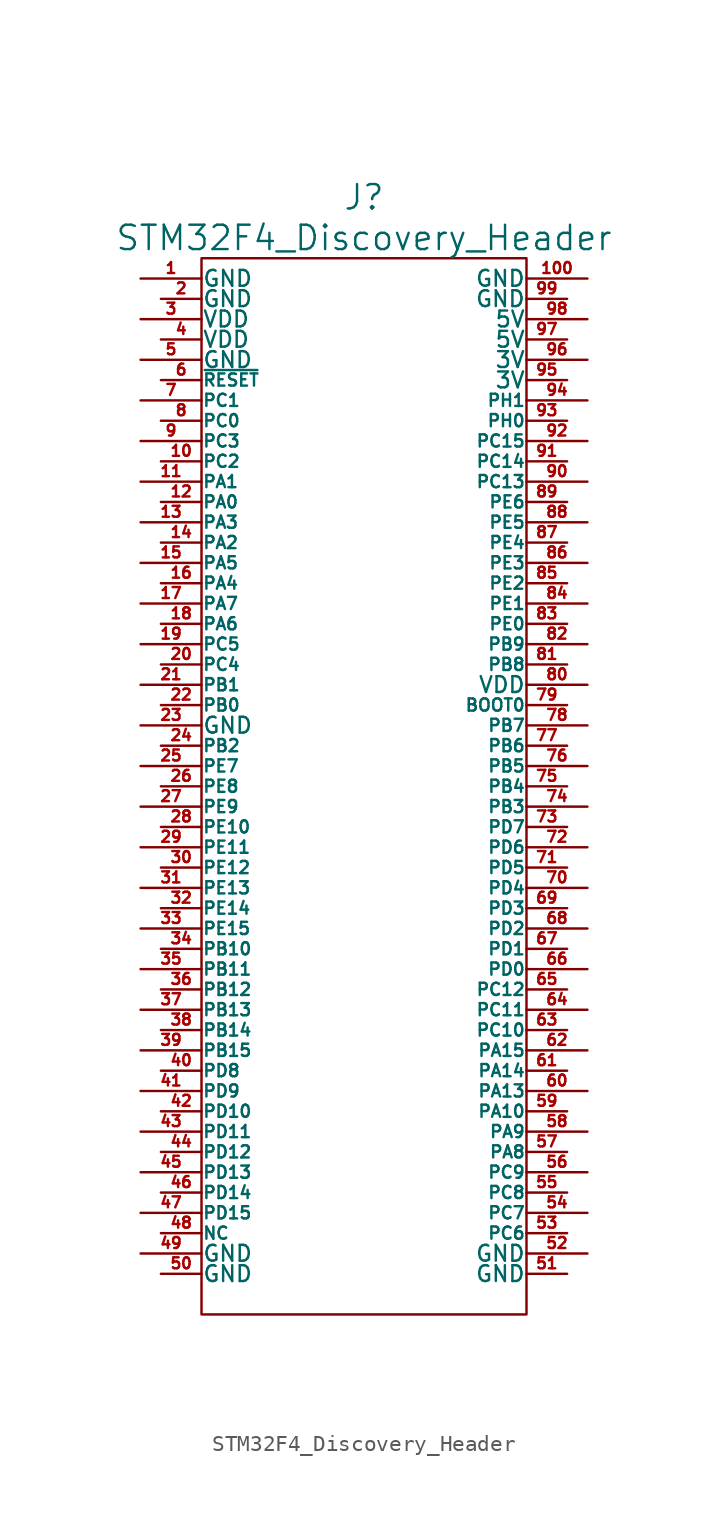
<source format=kicad_sym>
(kicad_symbol_lib
  (version 20211014)
  (generator kicad_symbol_editor)
  (symbol "STM32F4_Discovery_Header"
    (pin_names
      (offset 0.025))
    (property "Reference" "J"
      (at 0 36.83 0)
      (effects (font (size 1.524 1.524))))
    (property "Value" "STM32F4_Discovery_Header"
      (at 0 34.29 0)
      (effects (font (size 1.524 1.524))))
    (property "Footprint" ""
      (at 0 8.89 0)
      (effects (font (size 1.524 1.524))))
    (property "Datasheet" ""
      (at 0 8.89 0)
      (effects (font (size 1.524 1.524))))
    (symbol "STM32F4_Discovery_Header_0_1"
      (rectangle (start 10.16 -33.02) (end -10.16 33.02) (stroke (width 0) (type default) (color 0 0 0 0)) (fill (type none))))
    (symbol "STM32F4_Discovery_Header_1_1"
      (pin passive line (at -13.97 31.75 0) (length 3.81) (name "GND" (effects (font (size 0.991 0.991)))) (number "1" (effects (font (size 0.686 0.686)))))
      (pin passive line (at -12.7 20.32 0) (length 2.54) (name "PC2" (effects (font (size 0.762 0.762)))) (number "10" (effects (font (size 0.686 0.686)))))
      (pin passive line (at 13.97 31.75 180) (length 3.81) (name "GND" (effects (font (size 0.991 0.991)))) (number "100" (effects (font (size 0.686 0.686)))))
      (pin passive line (at -13.97 19.05 0) (length 3.81) (name "PA1" (effects (font (size 0.762 0.762)))) (number "11" (effects (font (size 0.686 0.686)))))
      (pin passive line (at -12.7 17.78 0) (length 2.54) (name "PA0" (effects (font (size 0.762 0.762)))) (number "12" (effects (font (size 0.686 0.686)))))
      (pin passive line (at -13.97 16.51 0) (length 3.81) (name "PA3" (effects (font (size 0.762 0.762)))) (number "13" (effects (font (size 0.686 0.686)))))
      (pin passive line (at -12.7 15.24 0) (length 2.54) (name "PA2" (effects (font (size 0.762 0.762)))) (number "14" (effects (font (size 0.686 0.686)))))
      (pin passive line (at -13.97 13.97 0) (length 3.81) (name "PA5" (effects (font (size 0.762 0.762)))) (number "15" (effects (font (size 0.686 0.686)))))
      (pin passive line (at -12.7 12.7 0) (length 2.54) (name "PA4" (effects (font (size 0.762 0.762)))) (number "16" (effects (font (size 0.686 0.686)))))
      (pin passive line (at -13.97 11.43 0) (length 3.81) (name "PA7" (effects (font (size 0.762 0.762)))) (number "17" (effects (font (size 0.686 0.686)))))
      (pin passive line (at -12.7 10.16 0) (length 2.54) (name "PA6" (effects (font (size 0.762 0.762)))) (number "18" (effects (font (size 0.686 0.686)))))
      (pin passive line (at -13.97 8.89 0) (length 3.81) (name "PC5" (effects (font (size 0.762 0.762)))) (number "19" (effects (font (size 0.686 0.686)))))
      (pin passive line (at -12.7 30.48 0) (length 2.54) (name "GND" (effects (font (size 0.991 0.991)))) (number "2" (effects (font (size 0.686 0.686)))))
      (pin passive line (at -12.7 7.62 0) (length 2.54) (name "PC4" (effects (font (size 0.762 0.762)))) (number "20" (effects (font (size 0.686 0.686)))))
      (pin passive line (at -13.97 6.35 0) (length 3.81) (name "PB1" (effects (font (size 0.762 0.762)))) (number "21" (effects (font (size 0.686 0.686)))))
      (pin passive line (at -12.7 5.08 0) (length 2.54) (name "PB0" (effects (font (size 0.762 0.762)))) (number "22" (effects (font (size 0.686 0.686)))))
      (pin passive line (at -13.97 3.81 0) (length 3.81) (name "GND" (effects (font (size 0.991 0.991)))) (number "23" (effects (font (size 0.686 0.686)))))
      (pin passive line (at -12.7 2.54 0) (length 2.54) (name "PB2" (effects (font (size 0.762 0.762)))) (number "24" (effects (font (size 0.686 0.686)))))
      (pin passive line (at -13.97 1.27 0) (length 3.81) (name "PE7" (effects (font (size 0.762 0.762)))) (number "25" (effects (font (size 0.686 0.686)))))
      (pin passive line (at -12.7 0 0) (length 2.54) (name "PE8" (effects (font (size 0.762 0.762)))) (number "26" (effects (font (size 0.686 0.686)))))
      (pin passive line (at -13.97 -1.27 0) (length 3.81) (name "PE9" (effects (font (size 0.762 0.762)))) (number "27" (effects (font (size 0.686 0.686)))))
      (pin passive line (at -12.7 -2.54 0) (length 2.54) (name "PE10" (effects (font (size 0.762 0.762)))) (number "28" (effects (font (size 0.686 0.686)))))
      (pin passive line (at -13.97 -3.81 0) (length 3.81) (name "PE11" (effects (font (size 0.762 0.762)))) (number "29" (effects (font (size 0.686 0.686)))))
      (pin passive line (at -13.97 29.21 0) (length 3.81) (name "VDD" (effects (font (size 0.991 0.991)))) (number "3" (effects (font (size 0.686 0.686)))))
      (pin passive line (at -12.7 -5.08 0) (length 2.54) (name "PE12" (effects (font (size 0.762 0.762)))) (number "30" (effects (font (size 0.686 0.686)))))
      (pin passive line (at -13.97 -6.35 0) (length 3.81) (name "PE13" (effects (font (size 0.762 0.762)))) (number "31" (effects (font (size 0.686 0.686)))))
      (pin passive line (at -12.7 -7.62 0) (length 2.54) (name "PE14" (effects (font (size 0.762 0.762)))) (number "32" (effects (font (size 0.686 0.686)))))
      (pin passive line (at -13.97 -8.89 0) (length 3.81) (name "PE15" (effects (font (size 0.762 0.762)))) (number "33" (effects (font (size 0.686 0.686)))))
      (pin passive line (at -12.7 -10.16 0) (length 2.54) (name "PB10" (effects (font (size 0.762 0.762)))) (number "34" (effects (font (size 0.686 0.686)))))
      (pin passive line (at -13.97 -11.43 0) (length 3.81) (name "PB11" (effects (font (size 0.762 0.762)))) (number "35" (effects (font (size 0.686 0.686)))))
      (pin passive line (at -12.7 -12.7 0) (length 2.54) (name "PB12" (effects (font (size 0.762 0.762)))) (number "36" (effects (font (size 0.686 0.686)))))
      (pin passive line (at -13.97 -13.97 0) (length 3.81) (name "PB13" (effects (font (size 0.762 0.762)))) (number "37" (effects (font (size 0.686 0.686)))))
      (pin passive line (at -12.7 -15.24 0) (length 2.54) (name "PB14" (effects (font (size 0.762 0.762)))) (number "38" (effects (font (size 0.686 0.686)))))
      (pin passive line (at -13.97 -16.51 0) (length 3.81) (name "PB15" (effects (font (size 0.762 0.762)))) (number "39" (effects (font (size 0.686 0.686)))))
      (pin passive line (at -12.7 27.94 0) (length 2.54) (name "VDD" (effects (font (size 0.991 0.991)))) (number "4" (effects (font (size 0.686 0.686)))))
      (pin passive line (at -12.7 -17.78 0) (length 2.54) (name "PD8" (effects (font (size 0.762 0.762)))) (number "40" (effects (font (size 0.686 0.686)))))
      (pin passive line (at -13.97 -19.05 0) (length 3.81) (name "PD9" (effects (font (size 0.762 0.762)))) (number "41" (effects (font (size 0.686 0.686)))))
      (pin passive line (at -12.7 -20.32 0) (length 2.54) (name "PD10" (effects (font (size 0.762 0.762)))) (number "42" (effects (font (size 0.686 0.686)))))
      (pin passive line (at -13.97 -21.59 0) (length 3.81) (name "PD11" (effects (font (size 0.762 0.762)))) (number "43" (effects (font (size 0.686 0.686)))))
      (pin passive line (at -12.7 -22.86 0) (length 2.54) (name "PD12" (effects (font (size 0.762 0.762)))) (number "44" (effects (font (size 0.686 0.686)))))
      (pin passive line (at -13.97 -24.13 0) (length 3.81) (name "PD13" (effects (font (size 0.762 0.762)))) (number "45" (effects (font (size 0.686 0.686)))))
      (pin passive line (at -12.7 -25.4 0) (length 2.54) (name "PD14" (effects (font (size 0.762 0.762)))) (number "46" (effects (font (size 0.686 0.686)))))
      (pin passive line (at -13.97 -26.67 0) (length 3.81) (name "PD15" (effects (font (size 0.762 0.762)))) (number "47" (effects (font (size 0.686 0.686)))))
      (pin passive line (at -12.7 -27.94 0) (length 2.54) (name "NC" (effects (font (size 0.762 0.762)))) (number "48" (effects (font (size 0.686 0.686)))))
      (pin passive line (at -13.97 -29.21 0) (length 3.81) (name "GND" (effects (font (size 0.991 0.991)))) (number "49" (effects (font (size 0.686 0.686)))))
      (pin passive line (at -13.97 26.67 0) (length 3.81) (name "GND" (effects (font (size 0.991 0.991)))) (number "5" (effects (font (size 0.686 0.686)))))
      (pin passive line (at -12.7 -30.48 0) (length 2.54) (name "GND" (effects (font (size 0.991 0.991)))) (number "50" (effects (font (size 0.686 0.686)))))
      (pin passive line (at 12.7 -30.48 180) (length 2.54) (name "GND" (effects (font (size 0.991 0.991)))) (number "51" (effects (font (size 0.686 0.686)))))
      (pin passive line (at 13.97 -29.21 180) (length 3.81) (name "GND" (effects (font (size 0.991 0.991)))) (number "52" (effects (font (size 0.686 0.686)))))
      (pin passive line (at 12.7 -27.94 180) (length 2.54) (name "PC6" (effects (font (size 0.762 0.762)))) (number "53" (effects (font (size 0.686 0.686)))))
      (pin passive line (at 13.97 -26.67 180) (length 3.81) (name "PC7" (effects (font (size 0.762 0.762)))) (number "54" (effects (font (size 0.686 0.686)))))
      (pin passive line (at 12.7 -25.4 180) (length 2.54) (name "PC8" (effects (font (size 0.762 0.762)))) (number "55" (effects (font (size 0.686 0.686)))))
      (pin passive line (at 13.97 -24.13 180) (length 3.81) (name "PC9" (effects (font (size 0.762 0.762)))) (number "56" (effects (font (size 0.686 0.686)))))
      (pin passive line (at 12.7 -22.86 180) (length 2.54) (name "PA8" (effects (font (size 0.762 0.762)))) (number "57" (effects (font (size 0.686 0.686)))))
      (pin passive line (at 13.97 -21.59 180) (length 3.81) (name "PA9" (effects (font (size 0.762 0.762)))) (number "58" (effects (font (size 0.686 0.686)))))
      (pin passive line (at 12.7 -20.32 180) (length 2.54) (name "PA10" (effects (font (size 0.762 0.762)))) (number "59" (effects (font (size 0.686 0.686)))))
      (pin passive line (at -12.7 25.4 0) (length 2.54) (name "~{RESET}" (effects (font (size 0.762 0.762)))) (number "6" (effects (font (size 0.686 0.686)))))
      (pin passive line (at 13.97 -19.05 180) (length 3.81) (name "PA13" (effects (font (size 0.762 0.762)))) (number "60" (effects (font (size 0.686 0.686)))))
      (pin passive line (at 12.7 -17.78 180) (length 2.54) (name "PA14" (effects (font (size 0.762 0.762)))) (number "61" (effects (font (size 0.686 0.686)))))
      (pin passive line (at 13.97 -16.51 180) (length 3.81) (name "PA15" (effects (font (size 0.762 0.762)))) (number "62" (effects (font (size 0.686 0.686)))))
      (pin passive line (at 12.7 -15.24 180) (length 2.54) (name "PC10" (effects (font (size 0.762 0.762)))) (number "63" (effects (font (size 0.686 0.686)))))
      (pin passive line (at 13.97 -13.97 180) (length 3.81) (name "PC11" (effects (font (size 0.762 0.762)))) (number "64" (effects (font (size 0.686 0.686)))))
      (pin passive line (at 12.7 -12.7 180) (length 2.54) (name "PC12" (effects (font (size 0.762 0.762)))) (number "65" (effects (font (size 0.686 0.686)))))
      (pin passive line (at 13.97 -11.43 180) (length 3.81) (name "PD0" (effects (font (size 0.762 0.762)))) (number "66" (effects (font (size 0.686 0.686)))))
      (pin passive line (at 12.7 -10.16 180) (length 2.54) (name "PD1" (effects (font (size 0.762 0.762)))) (number "67" (effects (font (size 0.686 0.686)))))
      (pin passive line (at 13.97 -8.89 180) (length 3.81) (name "PD2" (effects (font (size 0.762 0.762)))) (number "68" (effects (font (size 0.686 0.686)))))
      (pin passive line (at 12.7 -7.62 180) (length 2.54) (name "PD3" (effects (font (size 0.762 0.762)))) (number "69" (effects (font (size 0.686 0.686)))))
      (pin passive line (at -13.97 24.13 0) (length 3.81) (name "PC1" (effects (font (size 0.762 0.762)))) (number "7" (effects (font (size 0.686 0.686)))))
      (pin passive line (at 13.97 -6.35 180) (length 3.81) (name "PD4" (effects (font (size 0.762 0.762)))) (number "70" (effects (font (size 0.686 0.686)))))
      (pin passive line (at 12.7 -5.08 180) (length 2.54) (name "PD5" (effects (font (size 0.762 0.762)))) (number "71" (effects (font (size 0.686 0.686)))))
      (pin passive line (at 13.97 -3.81 180) (length 3.81) (name "PD6" (effects (font (size 0.762 0.762)))) (number "72" (effects (font (size 0.686 0.686)))))
      (pin passive line (at 12.7 -2.54 180) (length 2.54) (name "PD7" (effects (font (size 0.762 0.762)))) (number "73" (effects (font (size 0.686 0.686)))))
      (pin passive line (at 13.97 -1.27 180) (length 3.81) (name "PB3" (effects (font (size 0.762 0.762)))) (number "74" (effects (font (size 0.686 0.686)))))
      (pin passive line (at 12.7 0 180) (length 2.54) (name "PB4" (effects (font (size 0.762 0.762)))) (number "75" (effects (font (size 0.686 0.686)))))
      (pin passive line (at 13.97 1.27 180) (length 3.81) (name "PB5" (effects (font (size 0.762 0.762)))) (number "76" (effects (font (size 0.686 0.686)))))
      (pin passive line (at 12.7 2.54 180) (length 2.54) (name "PB6" (effects (font (size 0.762 0.762)))) (number "77" (effects (font (size 0.686 0.686)))))
      (pin passive line (at 13.97 3.81 180) (length 3.81) (name "PB7" (effects (font (size 0.762 0.762)))) (number "78" (effects (font (size 0.686 0.686)))))
      (pin passive line (at 12.7 5.08 180) (length 2.54) (name "BOOT0" (effects (font (size 0.762 0.762)))) (number "79" (effects (font (size 0.686 0.686)))))
      (pin passive line (at -12.7 22.86 0) (length 2.54) (name "PC0" (effects (font (size 0.762 0.762)))) (number "8" (effects (font (size 0.686 0.686)))))
      (pin passive line (at 13.97 6.35 180) (length 3.81) (name "VDD" (effects (font (size 0.991 0.991)))) (number "80" (effects (font (size 0.686 0.686)))))
      (pin passive line (at 12.7 7.62 180) (length 2.54) (name "PB8" (effects (font (size 0.762 0.762)))) (number "81" (effects (font (size 0.686 0.686)))))
      (pin passive line (at 13.97 8.89 180) (length 3.81) (name "PB9" (effects (font (size 0.762 0.762)))) (number "82" (effects (font (size 0.686 0.686)))))
      (pin passive line (at 12.7 10.16 180) (length 2.54) (name "PE0" (effects (font (size 0.762 0.762)))) (number "83" (effects (font (size 0.686 0.686)))))
      (pin passive line (at 13.97 11.43 180) (length 3.81) (name "PE1" (effects (font (size 0.762 0.762)))) (number "84" (effects (font (size 0.686 0.686)))))
      (pin passive line (at 12.7 12.7 180) (length 2.54) (name "PE2" (effects (font (size 0.762 0.762)))) (number "85" (effects (font (size 0.686 0.686)))))
      (pin passive line (at 13.97 13.97 180) (length 3.81) (name "PE3" (effects (font (size 0.762 0.762)))) (number "86" (effects (font (size 0.686 0.686)))))
      (pin passive line (at 12.7 15.24 180) (length 2.54) (name "PE4" (effects (font (size 0.762 0.762)))) (number "87" (effects (font (size 0.686 0.686)))))
      (pin passive line (at 13.97 16.51 180) (length 3.81) (name "PE5" (effects (font (size 0.762 0.762)))) (number "88" (effects (font (size 0.686 0.686)))))
      (pin passive line (at 12.7 17.78 180) (length 2.54) (name "PE6" (effects (font (size 0.762 0.762)))) (number "89" (effects (font (size 0.686 0.686)))))
      (pin passive line (at -13.97 21.59 0) (length 3.81) (name "PC3" (effects (font (size 0.762 0.762)))) (number "9" (effects (font (size 0.686 0.686)))))
      (pin passive line (at 13.97 19.05 180) (length 3.81) (name "PC13" (effects (font (size 0.762 0.762)))) (number "90" (effects (font (size 0.686 0.686)))))
      (pin passive line (at 12.7 20.32 180) (length 2.54) (name "PC14" (effects (font (size 0.762 0.762)))) (number "91" (effects (font (size 0.686 0.686)))))
      (pin passive line (at 13.97 21.59 180) (length 3.81) (name "PC15" (effects (font (size 0.762 0.762)))) (number "92" (effects (font (size 0.686 0.686)))))
      (pin passive line (at 12.7 22.86 180) (length 2.54) (name "PH0" (effects (font (size 0.762 0.762)))) (number "93" (effects (font (size 0.686 0.686)))))
      (pin passive line (at 13.97 24.13 180) (length 3.81) (name "PH1" (effects (font (size 0.762 0.762)))) (number "94" (effects (font (size 0.686 0.686)))))
      (pin passive line (at 12.7 25.4 180) (length 2.54) (name "3V" (effects (font (size 0.991 0.991)))) (number "95" (effects (font (size 0.686 0.686)))))
      (pin passive line (at 13.97 26.67 180) (length 3.81) (name "3V" (effects (font (size 0.991 0.991)))) (number "96" (effects (font (size 0.686 0.686)))))
      (pin passive line (at 12.7 27.94 180) (length 2.54) (name "5V" (effects (font (size 0.991 0.991)))) (number "97" (effects (font (size 0.686 0.686)))))
      (pin passive line (at 13.97 29.21 180) (length 3.81) (name "5V" (effects (font (size 0.991 0.991)))) (number "98" (effects (font (size 0.686 0.686)))))
      (pin passive line (at 12.7 30.48 180) (length 2.54) (name "GND" (effects (font (size 0.991 0.991)))) (number "99" (effects (font (size 0.686 0.686))))))))
</source>
